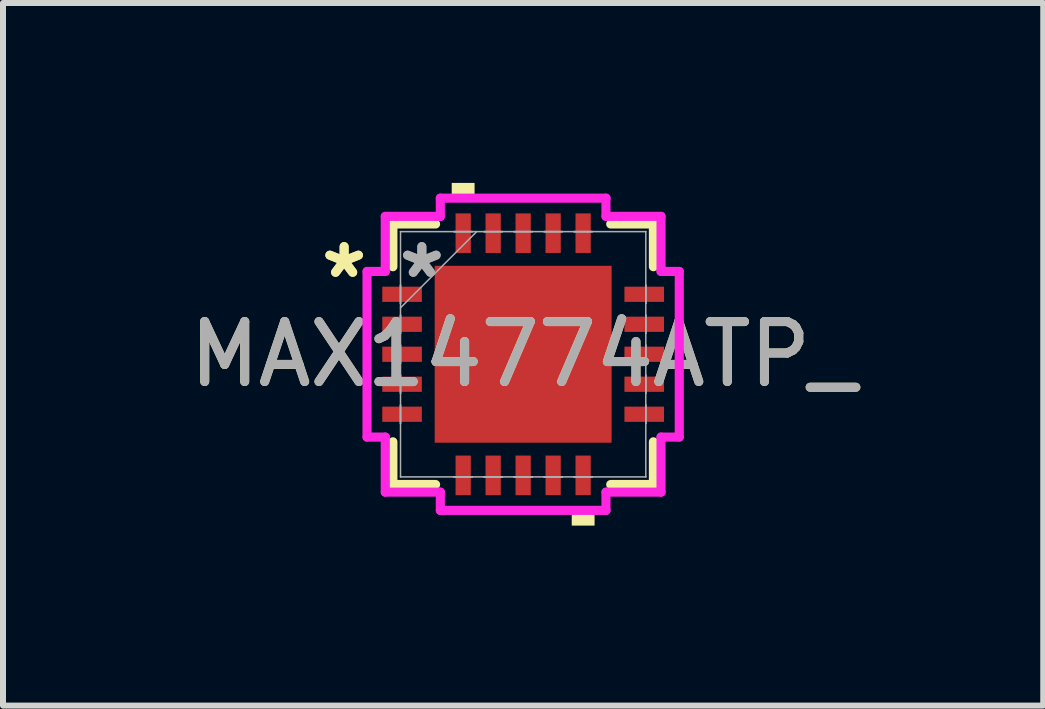
<source format=kicad_pcb>
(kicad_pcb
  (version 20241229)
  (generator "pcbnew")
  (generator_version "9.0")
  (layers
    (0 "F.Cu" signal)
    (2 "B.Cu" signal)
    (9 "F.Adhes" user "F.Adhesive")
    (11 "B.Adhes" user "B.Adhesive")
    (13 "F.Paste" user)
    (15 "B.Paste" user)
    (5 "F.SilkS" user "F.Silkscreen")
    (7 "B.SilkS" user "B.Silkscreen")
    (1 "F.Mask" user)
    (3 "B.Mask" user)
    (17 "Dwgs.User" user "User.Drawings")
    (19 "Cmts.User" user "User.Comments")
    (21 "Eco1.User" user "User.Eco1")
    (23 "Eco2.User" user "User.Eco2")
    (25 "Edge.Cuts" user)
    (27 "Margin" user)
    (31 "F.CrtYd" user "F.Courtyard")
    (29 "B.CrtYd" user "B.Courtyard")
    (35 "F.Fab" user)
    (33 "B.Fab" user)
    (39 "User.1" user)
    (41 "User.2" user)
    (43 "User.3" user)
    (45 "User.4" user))
  (footprint "MAX14774ATP_"
    (layer "F.Cu")
    (at 5.673 2.857)
    (property "Reference" "MAX14774ATP_" (at 0 0 0) (unlocked yes) (layer "F.SilkS") (effects (font (size 1 1) (thickness 0.15))))
    (attr smd)
    (fp_line (start -2.172 -2.172) (end -2.172 -1.46) (stroke (width 0.152) (type solid)) (layer "F.SilkS"))
    (fp_line (start -2.172 1.46) (end -2.172 2.172) (stroke (width 0.152) (type solid)) (layer "F.SilkS"))
    (fp_line (start -2.172 2.172) (end -1.46 2.172) (stroke (width 0.152) (type solid)) (layer "F.SilkS"))
    (fp_line (start -1.46 -2.172) (end -2.172 -2.172) (stroke (width 0.152) (type solid)) (layer "F.SilkS"))
    (fp_line (start 1.46 2.172) (end 2.172 2.172) (stroke (width 0.152) (type solid)) (layer "F.SilkS"))
    (fp_line (start 2.172 -2.172) (end 1.46 -2.172) (stroke (width 0.152) (type solid)) (layer "F.SilkS"))
    (fp_line (start 2.172 -1.46) (end 2.172 -2.172) (stroke (width 0.152) (type solid)) (layer "F.SilkS"))
    (fp_line (start 2.172 2.172) (end 2.172 1.46) (stroke (width 0.152) (type solid)) (layer "F.SilkS"))
    (fp_poly (pts (xy -1.191 -2.603) (xy -1.191 -2.857) (xy -0.81 -2.857) (xy -0.81 -2.603)) (stroke (width 0) (type solid)) (fill yes) (layer "F.SilkS"))
    (fp_poly (pts (xy 0.81 2.603) (xy 0.81 2.857) (xy 1.191 2.857) (xy 1.191 2.603)) (stroke (width 0) (type solid)) (fill yes) (layer "F.SilkS"))
    (fp_poly (pts (xy -1.375 -1.375) (xy -1.375 -0.1) (xy -0.1 -0.1) (xy -0.1 -1.375)) (stroke (width 0) (type solid)) (fill yes) (layer "F.Paste"))
    (fp_poly (pts (xy -1.375 0.1) (xy -1.375 1.375) (xy -0.1 1.375) (xy -0.1 0.1)) (stroke (width 0) (type solid)) (fill yes) (layer "F.Paste"))
    (fp_poly (pts (xy 0.1 -1.375) (xy 0.1 -0.1) (xy 1.375 -0.1) (xy 1.375 -1.375)) (stroke (width 0) (type solid)) (fill yes) (layer "F.Paste"))
    (fp_poly (pts (xy 0.1 0.1) (xy 0.1 1.375) (xy 1.375 1.375) (xy 1.375 0.1)) (stroke (width 0) (type solid)) (fill yes) (layer "F.Paste"))
    (fp_line (start -2.603 -1.381) (end -2.299 -1.381) (stroke (width 0.152) (type solid)) (layer "F.CrtYd"))
    (fp_line (start -2.603 1.381) (end -2.603 -1.381) (stroke (width 0.152) (type solid)) (layer "F.CrtYd"))
    (fp_line (start -2.299 -2.299) (end -1.381 -2.299) (stroke (width 0.152) (type solid)) (layer "F.CrtYd"))
    (fp_line (start -2.299 -1.381) (end -2.299 -2.299) (stroke (width 0.152) (type solid)) (layer "F.CrtYd"))
    (fp_line (start -2.299 1.381) (end -2.603 1.381) (stroke (width 0.152) (type solid)) (layer "F.CrtYd"))
    (fp_line (start -2.299 2.299) (end -2.299 1.381) (stroke (width 0.152) (type solid)) (layer "F.CrtYd"))
    (fp_line (start -1.381 -2.603) (end 1.381 -2.603) (stroke (width 0.152) (type solid)) (layer "F.CrtYd"))
    (fp_line (start -1.381 -2.299) (end -1.381 -2.603) (stroke (width 0.152) (type solid)) (layer "F.CrtYd"))
    (fp_line (start -1.381 2.299) (end -2.299 2.299) (stroke (width 0.152) (type solid)) (layer "F.CrtYd"))
    (fp_line (start -1.381 2.603) (end -1.381 2.299) (stroke (width 0.152) (type solid)) (layer "F.CrtYd"))
    (fp_line (start 1.381 -2.603) (end 1.381 -2.299) (stroke (width 0.152) (type solid)) (layer "F.CrtYd"))
    (fp_line (start 1.381 -2.299) (end 2.299 -2.299) (stroke (width 0.152) (type solid)) (layer "F.CrtYd"))
    (fp_line (start 1.381 2.299) (end 1.381 2.603) (stroke (width 0.152) (type solid)) (layer "F.CrtYd"))
    (fp_line (start 1.381 2.603) (end -1.381 2.603) (stroke (width 0.152) (type solid)) (layer "F.CrtYd"))
    (fp_line (start 2.299 -2.299) (end 2.299 -1.381) (stroke (width 0.152) (type solid)) (layer "F.CrtYd"))
    (fp_line (start 2.299 -1.381) (end 2.603 -1.381) (stroke (width 0.152) (type solid)) (layer "F.CrtYd"))
    (fp_line (start 2.299 1.381) (end 2.299 2.299) (stroke (width 0.152) (type solid)) (layer "F.CrtYd"))
    (fp_line (start 2.299 2.299) (end 1.381 2.299) (stroke (width 0.152) (type solid)) (layer "F.CrtYd"))
    (fp_line (start 2.603 -1.381) (end 2.603 1.381) (stroke (width 0.152) (type solid)) (layer "F.CrtYd"))
    (fp_line (start 2.603 1.381) (end 2.299 1.381) (stroke (width 0.152) (type solid)) (layer "F.CrtYd"))
    (fp_line (start -2.045 -2.045) (end -2.045 -2.045) (stroke (width 0.025) (type solid)) (layer "F.Fab"))
    (fp_line (start -2.045 -2.045) (end -2.045 2.045) (stroke (width 0.025) (type solid)) (layer "F.Fab"))
    (fp_line (start -2.045 -1.152) (end -2.045 -1.152) (stroke (width 0.025) (type solid)) (layer "F.Fab"))
    (fp_line (start -2.045 -1.152) (end -2.045 -0.848) (stroke (width 0.025) (type solid)) (layer "F.Fab"))
    (fp_line (start -2.045 -0.848) (end -2.045 -1.152) (stroke (width 0.025) (type solid)) (layer "F.Fab"))
    (fp_line (start -2.045 -0.848) (end -2.045 -0.848) (stroke (width 0.025) (type solid)) (layer "F.Fab"))
    (fp_line (start -2.045 -0.775) (end -0.775 -2.045) (stroke (width 0.025) (type solid)) (layer "F.Fab"))
    (fp_line (start -2.045 -0.652) (end -2.045 -0.652) (stroke (width 0.025) (type solid)) (layer "F.Fab"))
    (fp_line (start -2.045 -0.652) (end -2.045 -0.348) (stroke (width 0.025) (type solid)) (layer "F.Fab"))
    (fp_line (start -2.045 -0.348) (end -2.045 -0.652) (stroke (width 0.025) (type solid)) (layer "F.Fab"))
    (fp_line (start -2.045 -0.348) (end -2.045 -0.348) (stroke (width 0.025) (type solid)) (layer "F.Fab"))
    (fp_line (start -2.045 -0.152) (end -2.045 -0.152) (stroke (width 0.025) (type solid)) (layer "F.Fab"))
    (fp_line (start -2.045 -0.152) (end -2.045 0.152) (stroke (width 0.025) (type solid)) (layer "F.Fab"))
    (fp_line (start -2.045 0.152) (end -2.045 -0.152) (stroke (width 0.025) (type solid)) (layer "F.Fab"))
    (fp_line (start -2.045 0.152) (end -2.045 0.152) (stroke (width 0.025) (type solid)) (layer "F.Fab"))
    (fp_line (start -2.045 0.348) (end -2.045 0.348) (stroke (width 0.025) (type solid)) (layer "F.Fab"))
    (fp_line (start -2.045 0.348) (end -2.045 0.652) (stroke (width 0.025) (type solid)) (layer "F.Fab"))
    (fp_line (start -2.045 0.652) (end -2.045 0.348) (stroke (width 0.025) (type solid)) (layer "F.Fab"))
    (fp_line (start -2.045 0.652) (end -2.045 0.652) (stroke (width 0.025) (type solid)) (layer "F.Fab"))
    (fp_line (start -2.045 0.848) (end -2.045 0.848) (stroke (width 0.025) (type solid)) (layer "F.Fab"))
    (fp_line (start -2.045 0.848) (end -2.045 1.152) (stroke (width 0.025) (type solid)) (layer "F.Fab"))
    (fp_line (start -2.045 1.152) (end -2.045 0.848) (stroke (width 0.025) (type solid)) (layer "F.Fab"))
    (fp_line (start -2.045 1.152) (end -2.045 1.152) (stroke (width 0.025) (type solid)) (layer "F.Fab"))
    (fp_line (start -2.045 2.045) (end -2.045 2.045) (stroke (width 0.025) (type solid)) (layer "F.Fab"))
    (fp_line (start -2.045 2.045) (end 2.045 2.045) (stroke (width 0.025) (type solid)) (layer "F.Fab"))
    (fp_line (start -1.152 -2.045) (end -1.152 -2.045) (stroke (width 0.025) (type solid)) (layer "F.Fab"))
    (fp_line (start -1.152 -2.045) (end -0.848 -2.045) (stroke (width 0.025) (type solid)) (layer "F.Fab"))
    (fp_line (start -1.152 2.045) (end -1.152 2.045) (stroke (width 0.025) (type solid)) (layer "F.Fab"))
    (fp_line (start -1.152 2.045) (end -0.848 2.045) (stroke (width 0.025) (type solid)) (layer "F.Fab"))
    (fp_line (start -0.848 -2.045) (end -1.152 -2.045) (stroke (width 0.025) (type solid)) (layer "F.Fab"))
    (fp_line (start -0.848 -2.045) (end -0.848 -2.045) (stroke (width 0.025) (type solid)) (layer "F.Fab"))
    (fp_line (start -0.848 2.045) (end -1.152 2.045) (stroke (width 0.025) (type solid)) (layer "F.Fab"))
    (fp_line (start -0.848 2.045) (end -0.848 2.045) (stroke (width 0.025) (type solid)) (layer "F.Fab"))
    (fp_line (start -0.652 -2.045) (end -0.652 -2.045) (stroke (width 0.025) (type solid)) (layer "F.Fab"))
    (fp_line (start -0.652 -2.045) (end -0.348 -2.045) (stroke (width 0.025) (type solid)) (layer "F.Fab"))
    (fp_line (start -0.652 2.045) (end -0.652 2.045) (stroke (width 0.025) (type solid)) (layer "F.Fab"))
    (fp_line (start -0.652 2.045) (end -0.348 2.045) (stroke (width 0.025) (type solid)) (layer "F.Fab"))
    (fp_line (start -0.348 -2.045) (end -0.652 -2.045) (stroke (width 0.025) (type solid)) (layer "F.Fab"))
    (fp_line (start -0.348 -2.045) (end -0.348 -2.045) (stroke (width 0.025) (type solid)) (layer "F.Fab"))
    (fp_line (start -0.348 2.045) (end -0.652 2.045) (stroke (width 0.025) (type solid)) (layer "F.Fab"))
    (fp_line (start -0.348 2.045) (end -0.348 2.045) (stroke (width 0.025) (type solid)) (layer "F.Fab"))
    (fp_line (start -0.152 -2.045) (end -0.152 -2.045) (stroke (width 0.025) (type solid)) (layer "F.Fab"))
    (fp_line (start -0.152 -2.045) (end 0.152 -2.045) (stroke (width 0.025) (type solid)) (layer "F.Fab"))
    (fp_line (start -0.152 2.045) (end -0.152 2.045) (stroke (width 0.025) (type solid)) (layer "F.Fab"))
    (fp_line (start -0.152 2.045) (end 0.152 2.045) (stroke (width 0.025) (type solid)) (layer "F.Fab"))
    (fp_line (start 0.152 -2.045) (end -0.152 -2.045) (stroke (width 0.025) (type solid)) (layer "F.Fab"))
    (fp_line (start 0.152 -2.045) (end 0.152 -2.045) (stroke (width 0.025) (type solid)) (layer "F.Fab"))
    (fp_line (start 0.152 2.045) (end -0.152 2.045) (stroke (width 0.025) (type solid)) (layer "F.Fab"))
    (fp_line (start 0.152 2.045) (end 0.152 2.045) (stroke (width 0.025) (type solid)) (layer "F.Fab"))
    (fp_line (start 0.348 -2.045) (end 0.348 -2.045) (stroke (width 0.025) (type solid)) (layer "F.Fab"))
    (fp_line (start 0.348 -2.045) (end 0.652 -2.045) (stroke (width 0.025) (type solid)) (layer "F.Fab"))
    (fp_line (start 0.348 2.045) (end 0.348 2.045) (stroke (width 0.025) (type solid)) (layer "F.Fab"))
    (fp_line (start 0.348 2.045) (end 0.652 2.045) (stroke (width 0.025) (type solid)) (layer "F.Fab"))
    (fp_line (start 0.652 -2.045) (end 0.348 -2.045) (stroke (width 0.025) (type solid)) (layer "F.Fab"))
    (fp_line (start 0.652 -2.045) (end 0.652 -2.045) (stroke (width 0.025) (type solid)) (layer "F.Fab"))
    (fp_line (start 0.652 2.045) (end 0.348 2.045) (stroke (width 0.025) (type solid)) (layer "F.Fab"))
    (fp_line (start 0.652 2.045) (end 0.652 2.045) (stroke (width 0.025) (type solid)) (layer "F.Fab"))
    (fp_line (start 0.848 -2.045) (end 0.848 -2.045) (stroke (width 0.025) (type solid)) (layer "F.Fab"))
    (fp_line (start 0.848 -2.045) (end 1.152 -2.045) (stroke (width 0.025) (type solid)) (layer "F.Fab"))
    (fp_line (start 0.848 2.045) (end 0.848 2.045) (stroke (width 0.025) (type solid)) (layer "F.Fab"))
    (fp_line (start 0.848 2.045) (end 1.152 2.045) (stroke (width 0.025) (type solid)) (layer "F.Fab"))
    (fp_line (start 1.152 -2.045) (end 0.848 -2.045) (stroke (width 0.025) (type solid)) (layer "F.Fab"))
    (fp_line (start 1.152 -2.045) (end 1.152 -2.045) (stroke (width 0.025) (type solid)) (layer "F.Fab"))
    (fp_line (start 1.152 2.045) (end 0.848 2.045) (stroke (width 0.025) (type solid)) (layer "F.Fab"))
    (fp_line (start 1.152 2.045) (end 1.152 2.045) (stroke (width 0.025) (type solid)) (layer "F.Fab"))
    (fp_line (start 2.045 -2.045) (end -2.045 -2.045) (stroke (width 0.025) (type solid)) (layer "F.Fab"))
    (fp_line (start 2.045 -2.045) (end 2.045 -2.045) (stroke (width 0.025) (type solid)) (layer "F.Fab"))
    (fp_line (start 2.045 -1.152) (end 2.045 -1.152) (stroke (width 0.025) (type solid)) (layer "F.Fab"))
    (fp_line (start 2.045 -1.152) (end 2.045 -0.848) (stroke (width 0.025) (type solid)) (layer "F.Fab"))
    (fp_line (start 2.045 -0.848) (end 2.045 -1.152) (stroke (width 0.025) (type solid)) (layer "F.Fab"))
    (fp_line (start 2.045 -0.848) (end 2.045 -0.848) (stroke (width 0.025) (type solid)) (layer "F.Fab"))
    (fp_line (start 2.045 -0.652) (end 2.045 -0.652) (stroke (width 0.025) (type solid)) (layer "F.Fab"))
    (fp_line (start 2.045 -0.652) (end 2.045 -0.348) (stroke (width 0.025) (type solid)) (layer "F.Fab"))
    (fp_line (start 2.045 -0.348) (end 2.045 -0.652) (stroke (width 0.025) (type solid)) (layer "F.Fab"))
    (fp_line (start 2.045 -0.348) (end 2.045 -0.348) (stroke (width 0.025) (type solid)) (layer "F.Fab"))
    (fp_line (start 2.045 -0.152) (end 2.045 -0.152) (stroke (width 0.025) (type solid)) (layer "F.Fab"))
    (fp_line (start 2.045 -0.152) (end 2.045 0.152) (stroke (width 0.025) (type solid)) (layer "F.Fab"))
    (fp_line (start 2.045 0.152) (end 2.045 -0.152) (stroke (width 0.025) (type solid)) (layer "F.Fab"))
    (fp_line (start 2.045 0.152) (end 2.045 0.152) (stroke (width 0.025) (type solid)) (layer "F.Fab"))
    (fp_line (start 2.045 0.348) (end 2.045 0.348) (stroke (width 0.025) (type solid)) (layer "F.Fab"))
    (fp_line (start 2.045 0.348) (end 2.045 0.652) (stroke (width 0.025) (type solid)) (layer "F.Fab"))
    (fp_line (start 2.045 0.652) (end 2.045 0.348) (stroke (width 0.025) (type solid)) (layer "F.Fab"))
    (fp_line (start 2.045 0.652) (end 2.045 0.652) (stroke (width 0.025) (type solid)) (layer "F.Fab"))
    (fp_line (start 2.045 0.848) (end 2.045 0.848) (stroke (width 0.025) (type solid)) (layer "F.Fab"))
    (fp_line (start 2.045 0.848) (end 2.045 1.152) (stroke (width 0.025) (type solid)) (layer "F.Fab"))
    (fp_line (start 2.045 1.152) (end 2.045 0.848) (stroke (width 0.025) (type solid)) (layer "F.Fab"))
    (fp_line (start 2.045 1.152) (end 2.045 1.152) (stroke (width 0.025) (type solid)) (layer "F.Fab"))
    (fp_line (start 2.045 2.045) (end 2.045 -2.045) (stroke (width 0.025) (type solid)) (layer "F.Fab"))
    (fp_line (start 2.045 2.045) (end 2.045 2.045) (stroke (width 0.025) (type solid)) (layer "F.Fab"))
    (fp_text user "*" (at -2.985 -1.25 0) (unlocked yes) (layer "F.SilkS") (effects (font (size 1 1) (thickness 0.15))))
    (fp_text user "*" (at -2.985 -1.25 0) (layer "F.SilkS") (effects (font (size 1 1) (thickness 0.15))))
    (fp_text user "*" (at -1.689 -1.25 0) (unlocked yes) (layer "F.Fab") (effects (font (size 1 1) (thickness 0.15))))
    (fp_text user "${REFERENCE}" (at 0 0 0) (unlocked yes) (layer "F.Fab") (effects (font (size 1 1) (thickness 0.15))))
    (fp_text user "*" (at -1.689 -1.25 0) (layer "F.Fab") (effects (font (size 1 1) (thickness 0.15))))
    (pad "1" smd rect (at -2.019 -1 90) (size 0.254 0.66) (layers "F.Cu" "F.Mask" "F.Paste"))
    (pad "2" smd rect (at -2.019 -0.5 90) (size 0.254 0.66) (layers "F.Cu" "F.Mask" "F.Paste"))
    (pad "3" smd rect (at -2.019 0 90) (size 0.254 0.66) (layers "F.Cu" "F.Mask" "F.Paste"))
    (pad "4" smd rect (at -2.019 0.5 90) (size 0.254 0.66) (layers "F.Cu" "F.Mask" "F.Paste"))
    (pad "5" smd rect (at -2.019 1 90) (size 0.254 0.66) (layers "F.Cu" "F.Mask" "F.Paste"))
    (pad "6" smd rect (at -1 2.019) (size 0.254 0.66) (layers "F.Cu" "F.Mask" "F.Paste"))
    (pad "7" smd rect (at -0.5 2.019) (size 0.254 0.66) (layers "F.Cu" "F.Mask" "F.Paste"))
    (pad "8" smd rect (at 0 2.019) (size 0.254 0.66) (layers "F.Cu" "F.Mask" "F.Paste"))
    (pad "9" smd rect (at 0.5 2.019) (size 0.254 0.66) (layers "F.Cu" "F.Mask" "F.Paste"))
    (pad "10" smd rect (at 1 2.019) (size 0.254 0.66) (layers "F.Cu" "F.Mask" "F.Paste"))
    (pad "11" smd rect (at 2.019 1 90) (size 0.254 0.66) (layers "F.Cu" "F.Mask" "F.Paste"))
    (pad "12" smd rect (at 2.019 0.5 90) (size 0.254 0.66) (layers "F.Cu" "F.Mask" "F.Paste"))
    (pad "13" smd rect (at 2.019 0 90) (size 0.254 0.66) (layers "F.Cu" "F.Mask" "F.Paste"))
    (pad "14" smd rect (at 2.019 -0.5 90) (size 0.254 0.66) (layers "F.Cu" "F.Mask" "F.Paste"))
    (pad "15" smd rect (at 2.019 -1 90) (size 0.254 0.66) (layers "F.Cu" "F.Mask" "F.Paste"))
    (pad "16" smd rect (at 1 -2.019) (size 0.254 0.66) (layers "F.Cu" "F.Mask" "F.Paste"))
    (pad "17" smd rect (at 0.5 -2.019) (size 0.254 0.66) (layers "F.Cu" "F.Mask" "F.Paste"))
    (pad "18" smd rect (at 0 -2.019) (size 0.254 0.66) (layers "F.Cu" "F.Mask" "F.Paste"))
    (pad "19" smd rect (at -0.5 -2.019) (size 0.254 0.66) (layers "F.Cu" "F.Mask" "F.Paste"))
    (pad "20" smd rect (at -1 -2.019) (size 0.254 0.66) (layers "F.Cu" "F.Mask" "F.Paste"))
    (pad "21" smd rect (at 0 0) (size 2.95 2.95) (layers "F.Cu" "F.Mask" "F.Paste")))
  (gr_rect
    (start -3 -3)
    (end 14.345 8.715)
    (stroke (width 0.1) (type default))
    (fill no)
    (layer "Edge.Cuts")))
</source>
